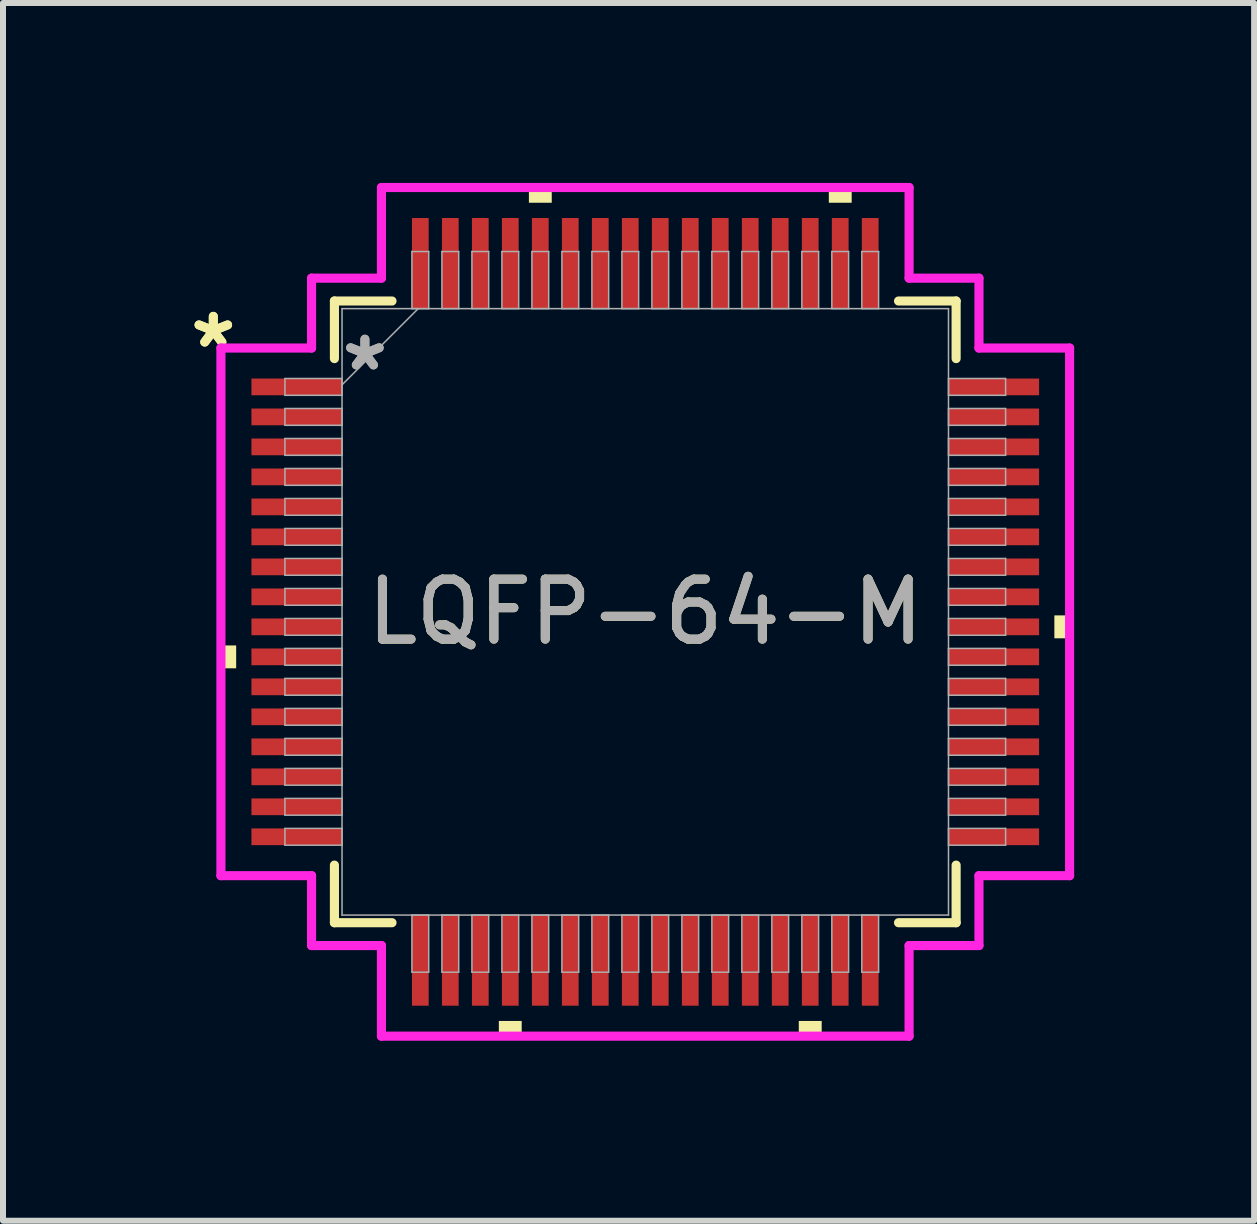
<source format=kicad_pcb>
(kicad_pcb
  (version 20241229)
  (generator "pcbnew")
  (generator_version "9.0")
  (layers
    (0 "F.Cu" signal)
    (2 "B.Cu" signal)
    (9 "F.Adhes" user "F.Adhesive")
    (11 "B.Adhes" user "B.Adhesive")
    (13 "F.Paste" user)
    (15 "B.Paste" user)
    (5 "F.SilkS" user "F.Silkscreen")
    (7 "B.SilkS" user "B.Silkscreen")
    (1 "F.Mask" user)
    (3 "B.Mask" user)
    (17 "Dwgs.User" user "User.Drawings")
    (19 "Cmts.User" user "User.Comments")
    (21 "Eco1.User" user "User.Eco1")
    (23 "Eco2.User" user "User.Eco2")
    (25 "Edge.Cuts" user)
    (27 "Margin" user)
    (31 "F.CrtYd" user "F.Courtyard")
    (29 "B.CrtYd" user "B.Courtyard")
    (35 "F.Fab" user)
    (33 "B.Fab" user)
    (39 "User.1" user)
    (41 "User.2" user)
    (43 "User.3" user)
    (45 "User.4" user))
  (footprint "LQFP-64-M"
    (layer "F.Cu")
    (at 7.707 7.15)
    (property "Reference" "LQFP-64-M" (at 0 0 0) (unlocked yes) (layer "F.SilkS") (effects (font (size 1 1) (thickness 0.15))))
    (attr smd)
    (fp_line (start -5.182 -5.182) (end -5.182 -4.222) (stroke (width 0.152) (type solid)) (layer "F.SilkS"))
    (fp_line (start -5.182 4.222) (end -5.182 5.182) (stroke (width 0.152) (type solid)) (layer "F.SilkS"))
    (fp_line (start -5.182 5.182) (end -4.222 5.182) (stroke (width 0.152) (type solid)) (layer "F.SilkS"))
    (fp_line (start -4.222 -5.182) (end -5.182 -5.182) (stroke (width 0.152) (type solid)) (layer "F.SilkS"))
    (fp_line (start 4.222 5.182) (end 5.182 5.182) (stroke (width 0.152) (type solid)) (layer "F.SilkS"))
    (fp_line (start 5.182 -5.182) (end 4.222 -5.182) (stroke (width 0.152) (type solid)) (layer "F.SilkS"))
    (fp_line (start 5.182 -4.222) (end 5.182 -5.182) (stroke (width 0.152) (type solid)) (layer "F.SilkS"))
    (fp_line (start 5.182 5.182) (end 5.182 4.222) (stroke (width 0.152) (type solid)) (layer "F.SilkS"))
    (fp_poly (pts (xy -7.074 0.56) (xy -7.074 0.941) (xy -6.82 0.941) (xy -6.82 0.56)) (stroke (width 0) (type solid)) (fill yes) (layer "F.SilkS"))
    (fp_poly (pts (xy -2.441 6.82) (xy -2.441 7.074) (xy -2.06 7.074) (xy -2.06 6.82)) (stroke (width 0) (type solid)) (fill yes) (layer "F.SilkS"))
    (fp_poly (pts (xy -1.94 -6.82) (xy -1.94 -7.074) (xy -1.559 -7.074) (xy -1.559 -6.82)) (stroke (width 0) (type solid)) (fill yes) (layer "F.SilkS"))
    (fp_poly (pts (xy 2.559 6.82) (xy 2.559 7.074) (xy 2.941 7.074) (xy 2.941 6.82)) (stroke (width 0) (type solid)) (fill yes) (layer "F.SilkS"))
    (fp_poly (pts (xy 3.06 -6.82) (xy 3.06 -7.074) (xy 3.441 -7.074) (xy 3.441 -6.82)) (stroke (width 0) (type solid)) (fill yes) (layer "F.SilkS"))
    (fp_poly (pts (xy 7.074 0.059) (xy 7.074 0.441) (xy 6.82 0.441) (xy 6.82 0.059)) (stroke (width 0) (type solid)) (fill yes) (layer "F.SilkS"))
    (fp_line (start -7.074 -4.398) (end -5.563 -4.398) (stroke (width 0.152) (type solid)) (layer "F.CrtYd"))
    (fp_line (start -7.074 4.398) (end -7.074 -4.398) (stroke (width 0.152) (type solid)) (layer "F.CrtYd"))
    (fp_line (start -5.563 -5.563) (end -4.398 -5.563) (stroke (width 0.152) (type solid)) (layer "F.CrtYd"))
    (fp_line (start -5.563 -4.398) (end -5.563 -5.563) (stroke (width 0.152) (type solid)) (layer "F.CrtYd"))
    (fp_line (start -5.563 4.398) (end -7.074 4.398) (stroke (width 0.152) (type solid)) (layer "F.CrtYd"))
    (fp_line (start -5.563 5.563) (end -5.563 4.398) (stroke (width 0.152) (type solid)) (layer "F.CrtYd"))
    (fp_line (start -5.563 5.563) (end -4.398 5.563) (stroke (width 0.152) (type solid)) (layer "F.CrtYd"))
    (fp_line (start -4.398 -7.074) (end 4.398 -7.074) (stroke (width 0.152) (type solid)) (layer "F.CrtYd"))
    (fp_line (start -4.398 -5.563) (end -4.398 -7.074) (stroke (width 0.152) (type solid)) (layer "F.CrtYd"))
    (fp_line (start -4.398 5.563) (end -4.398 7.074) (stroke (width 0.152) (type solid)) (layer "F.CrtYd"))
    (fp_line (start -4.398 7.074) (end 4.398 7.074) (stroke (width 0.152) (type solid)) (layer "F.CrtYd"))
    (fp_line (start 4.398 -7.074) (end 4.398 -5.563) (stroke (width 0.152) (type solid)) (layer "F.CrtYd"))
    (fp_line (start 4.398 -5.563) (end 5.563 -5.563) (stroke (width 0.152) (type solid)) (layer "F.CrtYd"))
    (fp_line (start 4.398 5.563) (end 5.563 5.563) (stroke (width 0.152) (type solid)) (layer "F.CrtYd"))
    (fp_line (start 4.398 7.074) (end 4.398 5.563) (stroke (width 0.152) (type solid)) (layer "F.CrtYd"))
    (fp_line (start 5.563 -4.398) (end 5.563 -5.563) (stroke (width 0.152) (type solid)) (layer "F.CrtYd"))
    (fp_line (start 5.563 4.398) (end 7.074 4.398) (stroke (width 0.152) (type solid)) (layer "F.CrtYd"))
    (fp_line (start 5.563 5.563) (end 5.563 4.398) (stroke (width 0.152) (type solid)) (layer "F.CrtYd"))
    (fp_line (start 7.074 -4.398) (end 5.563 -4.398) (stroke (width 0.152) (type solid)) (layer "F.CrtYd"))
    (fp_line (start 7.074 4.398) (end 7.074 -4.398) (stroke (width 0.152) (type solid)) (layer "F.CrtYd"))
    (fp_line (start -6.007 -3.89) (end -6.007 -3.61) (stroke (width 0.025) (type solid)) (layer "F.Fab"))
    (fp_line (start -6.007 -3.61) (end -5.055 -3.61) (stroke (width 0.025) (type solid)) (layer "F.Fab"))
    (fp_line (start -6.007 -3.39) (end -6.007 -3.11) (stroke (width 0.025) (type solid)) (layer "F.Fab"))
    (fp_line (start -6.007 -3.11) (end -5.055 -3.11) (stroke (width 0.025) (type solid)) (layer "F.Fab"))
    (fp_line (start -6.007 -2.89) (end -6.007 -2.61) (stroke (width 0.025) (type solid)) (layer "F.Fab"))
    (fp_line (start -6.007 -2.61) (end -5.055 -2.61) (stroke (width 0.025) (type solid)) (layer "F.Fab"))
    (fp_line (start -6.007 -2.39) (end -6.007 -2.11) (stroke (width 0.025) (type solid)) (layer "F.Fab"))
    (fp_line (start -6.007 -2.11) (end -5.055 -2.11) (stroke (width 0.025) (type solid)) (layer "F.Fab"))
    (fp_line (start -6.007 -1.89) (end -6.007 -1.61) (stroke (width 0.025) (type solid)) (layer "F.Fab"))
    (fp_line (start -6.007 -1.61) (end -5.055 -1.61) (stroke (width 0.025) (type solid)) (layer "F.Fab"))
    (fp_line (start -6.007 -1.39) (end -6.007 -1.11) (stroke (width 0.025) (type solid)) (layer "F.Fab"))
    (fp_line (start -6.007 -1.11) (end -5.055 -1.11) (stroke (width 0.025) (type solid)) (layer "F.Fab"))
    (fp_line (start -6.007 -0.89) (end -6.007 -0.61) (stroke (width 0.025) (type solid)) (layer "F.Fab"))
    (fp_line (start -6.007 -0.61) (end -5.055 -0.61) (stroke (width 0.025) (type solid)) (layer "F.Fab"))
    (fp_line (start -6.007 -0.39) (end -6.007 -0.11) (stroke (width 0.025) (type solid)) (layer "F.Fab"))
    (fp_line (start -6.007 -0.11) (end -5.055 -0.11) (stroke (width 0.025) (type solid)) (layer "F.Fab"))
    (fp_line (start -6.007 0.11) (end -6.007 0.39) (stroke (width 0.025) (type solid)) (layer "F.Fab"))
    (fp_line (start -6.007 0.39) (end -5.055 0.39) (stroke (width 0.025) (type solid)) (layer "F.Fab"))
    (fp_line (start -6.007 0.61) (end -6.007 0.89) (stroke (width 0.025) (type solid)) (layer "F.Fab"))
    (fp_line (start -6.007 0.89) (end -5.055 0.89) (stroke (width 0.025) (type solid)) (layer "F.Fab"))
    (fp_line (start -6.007 1.11) (end -6.007 1.39) (stroke (width 0.025) (type solid)) (layer "F.Fab"))
    (fp_line (start -6.007 1.39) (end -5.055 1.39) (stroke (width 0.025) (type solid)) (layer "F.Fab"))
    (fp_line (start -6.007 1.61) (end -6.007 1.89) (stroke (width 0.025) (type solid)) (layer "F.Fab"))
    (fp_line (start -6.007 1.89) (end -5.055 1.89) (stroke (width 0.025) (type solid)) (layer "F.Fab"))
    (fp_line (start -6.007 2.11) (end -6.007 2.39) (stroke (width 0.025) (type solid)) (layer "F.Fab"))
    (fp_line (start -6.007 2.39) (end -5.055 2.39) (stroke (width 0.025) (type solid)) (layer "F.Fab"))
    (fp_line (start -6.007 2.61) (end -6.007 2.89) (stroke (width 0.025) (type solid)) (layer "F.Fab"))
    (fp_line (start -6.007 2.89) (end -5.055 2.89) (stroke (width 0.025) (type solid)) (layer "F.Fab"))
    (fp_line (start -6.007 3.11) (end -6.007 3.39) (stroke (width 0.025) (type solid)) (layer "F.Fab"))
    (fp_line (start -6.007 3.39) (end -5.055 3.39) (stroke (width 0.025) (type solid)) (layer "F.Fab"))
    (fp_line (start -6.007 3.61) (end -6.007 3.89) (stroke (width 0.025) (type solid)) (layer "F.Fab"))
    (fp_line (start -6.007 3.89) (end -5.055 3.89) (stroke (width 0.025) (type solid)) (layer "F.Fab"))
    (fp_line (start -5.055 -5.055) (end -5.055 5.055) (stroke (width 0.025) (type solid)) (layer "F.Fab"))
    (fp_line (start -5.055 -3.89) (end -6.007 -3.89) (stroke (width 0.025) (type solid)) (layer "F.Fab"))
    (fp_line (start -5.055 -3.785) (end -3.785 -5.055) (stroke (width 0.025) (type solid)) (layer "F.Fab"))
    (fp_line (start -5.055 -3.61) (end -5.055 -3.89) (stroke (width 0.025) (type solid)) (layer "F.Fab"))
    (fp_line (start -5.055 -3.39) (end -6.007 -3.39) (stroke (width 0.025) (type solid)) (layer "F.Fab"))
    (fp_line (start -5.055 -3.11) (end -5.055 -3.39) (stroke (width 0.025) (type solid)) (layer "F.Fab"))
    (fp_line (start -5.055 -2.89) (end -6.007 -2.89) (stroke (width 0.025) (type solid)) (layer "F.Fab"))
    (fp_line (start -5.055 -2.61) (end -5.055 -2.89) (stroke (width 0.025) (type solid)) (layer "F.Fab"))
    (fp_line (start -5.055 -2.39) (end -6.007 -2.39) (stroke (width 0.025) (type solid)) (layer "F.Fab"))
    (fp_line (start -5.055 -2.11) (end -5.055 -2.39) (stroke (width 0.025) (type solid)) (layer "F.Fab"))
    (fp_line (start -5.055 -1.89) (end -6.007 -1.89) (stroke (width 0.025) (type solid)) (layer "F.Fab"))
    (fp_line (start -5.055 -1.61) (end -5.055 -1.89) (stroke (width 0.025) (type solid)) (layer "F.Fab"))
    (fp_line (start -5.055 -1.39) (end -6.007 -1.39) (stroke (width 0.025) (type solid)) (layer "F.Fab"))
    (fp_line (start -5.055 -1.11) (end -5.055 -1.39) (stroke (width 0.025) (type solid)) (layer "F.Fab"))
    (fp_line (start -5.055 -0.89) (end -6.007 -0.89) (stroke (width 0.025) (type solid)) (layer "F.Fab"))
    (fp_line (start -5.055 -0.61) (end -5.055 -0.89) (stroke (width 0.025) (type solid)) (layer "F.Fab"))
    (fp_line (start -5.055 -0.39) (end -6.007 -0.39) (stroke (width 0.025) (type solid)) (layer "F.Fab"))
    (fp_line (start -5.055 -0.11) (end -5.055 -0.39) (stroke (width 0.025) (type solid)) (layer "F.Fab"))
    (fp_line (start -5.055 0.11) (end -6.007 0.11) (stroke (width 0.025) (type solid)) (layer "F.Fab"))
    (fp_line (start -5.055 0.39) (end -5.055 0.11) (stroke (width 0.025) (type solid)) (layer "F.Fab"))
    (fp_line (start -5.055 0.61) (end -6.007 0.61) (stroke (width 0.025) (type solid)) (layer "F.Fab"))
    (fp_line (start -5.055 0.89) (end -5.055 0.61) (stroke (width 0.025) (type solid)) (layer "F.Fab"))
    (fp_line (start -5.055 1.11) (end -6.007 1.11) (stroke (width 0.025) (type solid)) (layer "F.Fab"))
    (fp_line (start -5.055 1.39) (end -5.055 1.11) (stroke (width 0.025) (type solid)) (layer "F.Fab"))
    (fp_line (start -5.055 1.61) (end -6.007 1.61) (stroke (width 0.025) (type solid)) (layer "F.Fab"))
    (fp_line (start -5.055 1.89) (end -5.055 1.61) (stroke (width 0.025) (type solid)) (layer "F.Fab"))
    (fp_line (start -5.055 2.11) (end -6.007 2.11) (stroke (width 0.025) (type solid)) (layer "F.Fab"))
    (fp_line (start -5.055 2.39) (end -5.055 2.11) (stroke (width 0.025) (type solid)) (layer "F.Fab"))
    (fp_line (start -5.055 2.61) (end -6.007 2.61) (stroke (width 0.025) (type solid)) (layer "F.Fab"))
    (fp_line (start -5.055 2.89) (end -5.055 2.61) (stroke (width 0.025) (type solid)) (layer "F.Fab"))
    (fp_line (start -5.055 3.11) (end -6.007 3.11) (stroke (width 0.025) (type solid)) (layer "F.Fab"))
    (fp_line (start -5.055 3.39) (end -5.055 3.11) (stroke (width 0.025) (type solid)) (layer "F.Fab"))
    (fp_line (start -5.055 3.61) (end -6.007 3.61) (stroke (width 0.025) (type solid)) (layer "F.Fab"))
    (fp_line (start -5.055 3.89) (end -5.055 3.61) (stroke (width 0.025) (type solid)) (layer "F.Fab"))
    (fp_line (start -5.055 5.055) (end 5.055 5.055) (stroke (width 0.025) (type solid)) (layer "F.Fab"))
    (fp_line (start -3.89 -6.007) (end -3.89 -5.055) (stroke (width 0.025) (type solid)) (layer "F.Fab"))
    (fp_line (start -3.89 -5.055) (end -3.61 -5.055) (stroke (width 0.025) (type solid)) (layer "F.Fab"))
    (fp_line (start -3.89 5.055) (end -3.89 6.007) (stroke (width 0.025) (type solid)) (layer "F.Fab"))
    (fp_line (start -3.89 6.007) (end -3.61 6.007) (stroke (width 0.025) (type solid)) (layer "F.Fab"))
    (fp_line (start -3.61 -6.007) (end -3.89 -6.007) (stroke (width 0.025) (type solid)) (layer "F.Fab"))
    (fp_line (start -3.61 -5.055) (end -3.61 -6.007) (stroke (width 0.025) (type solid)) (layer "F.Fab"))
    (fp_line (start -3.61 5.055) (end -3.89 5.055) (stroke (width 0.025) (type solid)) (layer "F.Fab"))
    (fp_line (start -3.61 6.007) (end -3.61 5.055) (stroke (width 0.025) (type solid)) (layer "F.Fab"))
    (fp_line (start -3.39 -6.007) (end -3.39 -5.055) (stroke (width 0.025) (type solid)) (layer "F.Fab"))
    (fp_line (start -3.39 -5.055) (end -3.11 -5.055) (stroke (width 0.025) (type solid)) (layer "F.Fab"))
    (fp_line (start -3.39 5.055) (end -3.39 6.007) (stroke (width 0.025) (type solid)) (layer "F.Fab"))
    (fp_line (start -3.39 6.007) (end -3.11 6.007) (stroke (width 0.025) (type solid)) (layer "F.Fab"))
    (fp_line (start -3.11 -6.007) (end -3.39 -6.007) (stroke (width 0.025) (type solid)) (layer "F.Fab"))
    (fp_line (start -3.11 -5.055) (end -3.11 -6.007) (stroke (width 0.025) (type solid)) (layer "F.Fab"))
    (fp_line (start -3.11 5.055) (end -3.39 5.055) (stroke (width 0.025) (type solid)) (layer "F.Fab"))
    (fp_line (start -3.11 6.007) (end -3.11 5.055) (stroke (width 0.025) (type solid)) (layer "F.Fab"))
    (fp_line (start -2.89 -6.007) (end -2.89 -5.055) (stroke (width 0.025) (type solid)) (layer "F.Fab"))
    (fp_line (start -2.89 -5.055) (end -2.61 -5.055) (stroke (width 0.025) (type solid)) (layer "F.Fab"))
    (fp_line (start -2.89 5.055) (end -2.89 6.007) (stroke (width 0.025) (type solid)) (layer "F.Fab"))
    (fp_line (start -2.89 6.007) (end -2.61 6.007) (stroke (width 0.025) (type solid)) (layer "F.Fab"))
    (fp_line (start -2.61 -6.007) (end -2.89 -6.007) (stroke (width 0.025) (type solid)) (layer "F.Fab"))
    (fp_line (start -2.61 -5.055) (end -2.61 -6.007) (stroke (width 0.025) (type solid)) (layer "F.Fab"))
    (fp_line (start -2.61 5.055) (end -2.89 5.055) (stroke (width 0.025) (type solid)) (layer "F.Fab"))
    (fp_line (start -2.61 6.007) (end -2.61 5.055) (stroke (width 0.025) (type solid)) (layer "F.Fab"))
    (fp_line (start -2.39 -6.007) (end -2.39 -5.055) (stroke (width 0.025) (type solid)) (layer "F.Fab"))
    (fp_line (start -2.39 -5.055) (end -2.11 -5.055) (stroke (width 0.025) (type solid)) (layer "F.Fab"))
    (fp_line (start -2.39 5.055) (end -2.39 6.007) (stroke (width 0.025) (type solid)) (layer "F.Fab"))
    (fp_line (start -2.39 6.007) (end -2.11 6.007) (stroke (width 0.025) (type solid)) (layer "F.Fab"))
    (fp_line (start -2.11 -6.007) (end -2.39 -6.007) (stroke (width 0.025) (type solid)) (layer "F.Fab"))
    (fp_line (start -2.11 -5.055) (end -2.11 -6.007) (stroke (width 0.025) (type solid)) (layer "F.Fab"))
    (fp_line (start -2.11 5.055) (end -2.39 5.055) (stroke (width 0.025) (type solid)) (layer "F.Fab"))
    (fp_line (start -2.11 6.007) (end -2.11 5.055) (stroke (width 0.025) (type solid)) (layer "F.Fab"))
    (fp_line (start -1.89 -6.007) (end -1.89 -5.055) (stroke (width 0.025) (type solid)) (layer "F.Fab"))
    (fp_line (start -1.89 -5.055) (end -1.61 -5.055) (stroke (width 0.025) (type solid)) (layer "F.Fab"))
    (fp_line (start -1.89 5.055) (end -1.89 6.007) (stroke (width 0.025) (type solid)) (layer "F.Fab"))
    (fp_line (start -1.89 6.007) (end -1.61 6.007) (stroke (width 0.025) (type solid)) (layer "F.Fab"))
    (fp_line (start -1.61 -6.007) (end -1.89 -6.007) (stroke (width 0.025) (type solid)) (layer "F.Fab"))
    (fp_line (start -1.61 -5.055) (end -1.61 -6.007) (stroke (width 0.025) (type solid)) (layer "F.Fab"))
    (fp_line (start -1.61 5.055) (end -1.89 5.055) (stroke (width 0.025) (type solid)) (layer "F.Fab"))
    (fp_line (start -1.61 6.007) (end -1.61 5.055) (stroke (width 0.025) (type solid)) (layer "F.Fab"))
    (fp_line (start -1.39 -6.007) (end -1.39 -5.055) (stroke (width 0.025) (type solid)) (layer "F.Fab"))
    (fp_line (start -1.39 -5.055) (end -1.11 -5.055) (stroke (width 0.025) (type solid)) (layer "F.Fab"))
    (fp_line (start -1.39 5.055) (end -1.39 6.007) (stroke (width 0.025) (type solid)) (layer "F.Fab"))
    (fp_line (start -1.39 6.007) (end -1.11 6.007) (stroke (width 0.025) (type solid)) (layer "F.Fab"))
    (fp_line (start -1.11 -6.007) (end -1.39 -6.007) (stroke (width 0.025) (type solid)) (layer "F.Fab"))
    (fp_line (start -1.11 -5.055) (end -1.11 -6.007) (stroke (width 0.025) (type solid)) (layer "F.Fab"))
    (fp_line (start -1.11 5.055) (end -1.39 5.055) (stroke (width 0.025) (type solid)) (layer "F.Fab"))
    (fp_line (start -1.11 6.007) (end -1.11 5.055) (stroke (width 0.025) (type solid)) (layer "F.Fab"))
    (fp_line (start -0.89 -6.007) (end -0.89 -5.055) (stroke (width 0.025) (type solid)) (layer "F.Fab"))
    (fp_line (start -0.89 -5.055) (end -0.61 -5.055) (stroke (width 0.025) (type solid)) (layer "F.Fab"))
    (fp_line (start -0.89 5.055) (end -0.89 6.007) (stroke (width 0.025) (type solid)) (layer "F.Fab"))
    (fp_line (start -0.89 6.007) (end -0.61 6.007) (stroke (width 0.025) (type solid)) (layer "F.Fab"))
    (fp_line (start -0.61 -6.007) (end -0.89 -6.007) (stroke (width 0.025) (type solid)) (layer "F.Fab"))
    (fp_line (start -0.61 -5.055) (end -0.61 -6.007) (stroke (width 0.025) (type solid)) (layer "F.Fab"))
    (fp_line (start -0.61 5.055) (end -0.89 5.055) (stroke (width 0.025) (type solid)) (layer "F.Fab"))
    (fp_line (start -0.61 6.007) (end -0.61 5.055) (stroke (width 0.025) (type solid)) (layer "F.Fab"))
    (fp_line (start -0.39 -6.007) (end -0.39 -5.055) (stroke (width 0.025) (type solid)) (layer "F.Fab"))
    (fp_line (start -0.39 -5.055) (end -0.11 -5.055) (stroke (width 0.025) (type solid)) (layer "F.Fab"))
    (fp_line (start -0.39 5.055) (end -0.39 6.007) (stroke (width 0.025) (type solid)) (layer "F.Fab"))
    (fp_line (start -0.39 6.007) (end -0.11 6.007) (stroke (width 0.025) (type solid)) (layer "F.Fab"))
    (fp_line (start -0.11 -6.007) (end -0.39 -6.007) (stroke (width 0.025) (type solid)) (layer "F.Fab"))
    (fp_line (start -0.11 -5.055) (end -0.11 -6.007) (stroke (width 0.025) (type solid)) (layer "F.Fab"))
    (fp_line (start -0.11 5.055) (end -0.39 5.055) (stroke (width 0.025) (type solid)) (layer "F.Fab"))
    (fp_line (start -0.11 6.007) (end -0.11 5.055) (stroke (width 0.025) (type solid)) (layer "F.Fab"))
    (fp_line (start 0.11 -6.007) (end 0.11 -5.055) (stroke (width 0.025) (type solid)) (layer "F.Fab"))
    (fp_line (start 0.11 -5.055) (end 0.39 -5.055) (stroke (width 0.025) (type solid)) (layer "F.Fab"))
    (fp_line (start 0.11 5.055) (end 0.11 6.007) (stroke (width 0.025) (type solid)) (layer "F.Fab"))
    (fp_line (start 0.11 6.007) (end 0.39 6.007) (stroke (width 0.025) (type solid)) (layer "F.Fab"))
    (fp_line (start 0.39 -6.007) (end 0.11 -6.007) (stroke (width 0.025) (type solid)) (layer "F.Fab"))
    (fp_line (start 0.39 -5.055) (end 0.39 -6.007) (stroke (width 0.025) (type solid)) (layer "F.Fab"))
    (fp_line (start 0.39 5.055) (end 0.11 5.055) (stroke (width 0.025) (type solid)) (layer "F.Fab"))
    (fp_line (start 0.39 6.007) (end 0.39 5.055) (stroke (width 0.025) (type solid)) (layer "F.Fab"))
    (fp_line (start 0.61 -6.007) (end 0.61 -5.055) (stroke (width 0.025) (type solid)) (layer "F.Fab"))
    (fp_line (start 0.61 -5.055) (end 0.89 -5.055) (stroke (width 0.025) (type solid)) (layer "F.Fab"))
    (fp_line (start 0.61 5.055) (end 0.61 6.007) (stroke (width 0.025) (type solid)) (layer "F.Fab"))
    (fp_line (start 0.61 6.007) (end 0.89 6.007) (stroke (width 0.025) (type solid)) (layer "F.Fab"))
    (fp_line (start 0.89 -6.007) (end 0.61 -6.007) (stroke (width 0.025) (type solid)) (layer "F.Fab"))
    (fp_line (start 0.89 -5.055) (end 0.89 -6.007) (stroke (width 0.025) (type solid)) (layer "F.Fab"))
    (fp_line (start 0.89 5.055) (end 0.61 5.055) (stroke (width 0.025) (type solid)) (layer "F.Fab"))
    (fp_line (start 0.89 6.007) (end 0.89 5.055) (stroke (width 0.025) (type solid)) (layer "F.Fab"))
    (fp_line (start 1.11 -6.007) (end 1.11 -5.055) (stroke (width 0.025) (type solid)) (layer "F.Fab"))
    (fp_line (start 1.11 -5.055) (end 1.39 -5.055) (stroke (width 0.025) (type solid)) (layer "F.Fab"))
    (fp_line (start 1.11 5.055) (end 1.11 6.007) (stroke (width 0.025) (type solid)) (layer "F.Fab"))
    (fp_line (start 1.11 6.007) (end 1.39 6.007) (stroke (width 0.025) (type solid)) (layer "F.Fab"))
    (fp_line (start 1.39 -6.007) (end 1.11 -6.007) (stroke (width 0.025) (type solid)) (layer "F.Fab"))
    (fp_line (start 1.39 -5.055) (end 1.39 -6.007) (stroke (width 0.025) (type solid)) (layer "F.Fab"))
    (fp_line (start 1.39 5.055) (end 1.11 5.055) (stroke (width 0.025) (type solid)) (layer "F.Fab"))
    (fp_line (start 1.39 6.007) (end 1.39 5.055) (stroke (width 0.025) (type solid)) (layer "F.Fab"))
    (fp_line (start 1.61 -6.007) (end 1.61 -5.055) (stroke (width 0.025) (type solid)) (layer "F.Fab"))
    (fp_line (start 1.61 -5.055) (end 1.89 -5.055) (stroke (width 0.025) (type solid)) (layer "F.Fab"))
    (fp_line (start 1.61 5.055) (end 1.61 6.007) (stroke (width 0.025) (type solid)) (layer "F.Fab"))
    (fp_line (start 1.61 6.007) (end 1.89 6.007) (stroke (width 0.025) (type solid)) (layer "F.Fab"))
    (fp_line (start 1.89 -6.007) (end 1.61 -6.007) (stroke (width 0.025) (type solid)) (layer "F.Fab"))
    (fp_line (start 1.89 -5.055) (end 1.89 -6.007) (stroke (width 0.025) (type solid)) (layer "F.Fab"))
    (fp_line (start 1.89 5.055) (end 1.61 5.055) (stroke (width 0.025) (type solid)) (layer "F.Fab"))
    (fp_line (start 1.89 6.007) (end 1.89 5.055) (stroke (width 0.025) (type solid)) (layer "F.Fab"))
    (fp_line (start 2.11 -6.007) (end 2.11 -5.055) (stroke (width 0.025) (type solid)) (layer "F.Fab"))
    (fp_line (start 2.11 -5.055) (end 2.39 -5.055) (stroke (width 0.025) (type solid)) (layer "F.Fab"))
    (fp_line (start 2.11 5.055) (end 2.11 6.007) (stroke (width 0.025) (type solid)) (layer "F.Fab"))
    (fp_line (start 2.11 6.007) (end 2.39 6.007) (stroke (width 0.025) (type solid)) (layer "F.Fab"))
    (fp_line (start 2.39 -6.007) (end 2.11 -6.007) (stroke (width 0.025) (type solid)) (layer "F.Fab"))
    (fp_line (start 2.39 -5.055) (end 2.39 -6.007) (stroke (width 0.025) (type solid)) (layer "F.Fab"))
    (fp_line (start 2.39 5.055) (end 2.11 5.055) (stroke (width 0.025) (type solid)) (layer "F.Fab"))
    (fp_line (start 2.39 6.007) (end 2.39 5.055) (stroke (width 0.025) (type solid)) (layer "F.Fab"))
    (fp_line (start 2.61 -6.007) (end 2.61 -5.055) (stroke (width 0.025) (type solid)) (layer "F.Fab"))
    (fp_line (start 2.61 -5.055) (end 2.89 -5.055) (stroke (width 0.025) (type solid)) (layer "F.Fab"))
    (fp_line (start 2.61 5.055) (end 2.61 6.007) (stroke (width 0.025) (type solid)) (layer "F.Fab"))
    (fp_line (start 2.61 6.007) (end 2.89 6.007) (stroke (width 0.025) (type solid)) (layer "F.Fab"))
    (fp_line (start 2.89 -6.007) (end 2.61 -6.007) (stroke (width 0.025) (type solid)) (layer "F.Fab"))
    (fp_line (start 2.89 -5.055) (end 2.89 -6.007) (stroke (width 0.025) (type solid)) (layer "F.Fab"))
    (fp_line (start 2.89 5.055) (end 2.61 5.055) (stroke (width 0.025) (type solid)) (layer "F.Fab"))
    (fp_line (start 2.89 6.007) (end 2.89 5.055) (stroke (width 0.025) (type solid)) (layer "F.Fab"))
    (fp_line (start 3.11 -6.007) (end 3.11 -5.055) (stroke (width 0.025) (type solid)) (layer "F.Fab"))
    (fp_line (start 3.11 -5.055) (end 3.39 -5.055) (stroke (width 0.025) (type solid)) (layer "F.Fab"))
    (fp_line (start 3.11 5.055) (end 3.11 6.007) (stroke (width 0.025) (type solid)) (layer "F.Fab"))
    (fp_line (start 3.11 6.007) (end 3.39 6.007) (stroke (width 0.025) (type solid)) (layer "F.Fab"))
    (fp_line (start 3.39 -6.007) (end 3.11 -6.007) (stroke (width 0.025) (type solid)) (layer "F.Fab"))
    (fp_line (start 3.39 -5.055) (end 3.39 -6.007) (stroke (width 0.025) (type solid)) (layer "F.Fab"))
    (fp_line (start 3.39 5.055) (end 3.11 5.055) (stroke (width 0.025) (type solid)) (layer "F.Fab"))
    (fp_line (start 3.39 6.007) (end 3.39 5.055) (stroke (width 0.025) (type solid)) (layer "F.Fab"))
    (fp_line (start 3.61 -6.007) (end 3.61 -5.055) (stroke (width 0.025) (type solid)) (layer "F.Fab"))
    (fp_line (start 3.61 -5.055) (end 3.89 -5.055) (stroke (width 0.025) (type solid)) (layer "F.Fab"))
    (fp_line (start 3.61 5.055) (end 3.61 6.007) (stroke (width 0.025) (type solid)) (layer "F.Fab"))
    (fp_line (start 3.61 6.007) (end 3.89 6.007) (stroke (width 0.025) (type solid)) (layer "F.Fab"))
    (fp_line (start 3.89 -6.007) (end 3.61 -6.007) (stroke (width 0.025) (type solid)) (layer "F.Fab"))
    (fp_line (start 3.89 -5.055) (end 3.89 -6.007) (stroke (width 0.025) (type solid)) (layer "F.Fab"))
    (fp_line (start 3.89 5.055) (end 3.61 5.055) (stroke (width 0.025) (type solid)) (layer "F.Fab"))
    (fp_line (start 3.89 6.007) (end 3.89 5.055) (stroke (width 0.025) (type solid)) (layer "F.Fab"))
    (fp_line (start 5.055 -5.055) (end -5.055 -5.055) (stroke (width 0.025) (type solid)) (layer "F.Fab"))
    (fp_line (start 5.055 -3.89) (end 5.055 -3.61) (stroke (width 0.025) (type solid)) (layer "F.Fab"))
    (fp_line (start 5.055 -3.61) (end 6.007 -3.61) (stroke (width 0.025) (type solid)) (layer "F.Fab"))
    (fp_line (start 5.055 -3.39) (end 5.055 -3.11) (stroke (width 0.025) (type solid)) (layer "F.Fab"))
    (fp_line (start 5.055 -3.11) (end 6.007 -3.11) (stroke (width 0.025) (type solid)) (layer "F.Fab"))
    (fp_line (start 5.055 -2.89) (end 5.055 -2.61) (stroke (width 0.025) (type solid)) (layer "F.Fab"))
    (fp_line (start 5.055 -2.61) (end 6.007 -2.61) (stroke (width 0.025) (type solid)) (layer "F.Fab"))
    (fp_line (start 5.055 -2.39) (end 5.055 -2.11) (stroke (width 0.025) (type solid)) (layer "F.Fab"))
    (fp_line (start 5.055 -2.11) (end 6.007 -2.11) (stroke (width 0.025) (type solid)) (layer "F.Fab"))
    (fp_line (start 5.055 -1.89) (end 5.055 -1.61) (stroke (width 0.025) (type solid)) (layer "F.Fab"))
    (fp_line (start 5.055 -1.61) (end 6.007 -1.61) (stroke (width 0.025) (type solid)) (layer "F.Fab"))
    (fp_line (start 5.055 -1.39) (end 5.055 -1.11) (stroke (width 0.025) (type solid)) (layer "F.Fab"))
    (fp_line (start 5.055 -1.11) (end 6.007 -1.11) (stroke (width 0.025) (type solid)) (layer "F.Fab"))
    (fp_line (start 5.055 -0.89) (end 5.055 -0.61) (stroke (width 0.025) (type solid)) (layer "F.Fab"))
    (fp_line (start 5.055 -0.61) (end 6.007 -0.61) (stroke (width 0.025) (type solid)) (layer "F.Fab"))
    (fp_line (start 5.055 -0.39) (end 5.055 -0.11) (stroke (width 0.025) (type solid)) (layer "F.Fab"))
    (fp_line (start 5.055 -0.11) (end 6.007 -0.11) (stroke (width 0.025) (type solid)) (layer "F.Fab"))
    (fp_line (start 5.055 0.11) (end 5.055 0.39) (stroke (width 0.025) (type solid)) (layer "F.Fab"))
    (fp_line (start 5.055 0.39) (end 6.007 0.39) (stroke (width 0.025) (type solid)) (layer "F.Fab"))
    (fp_line (start 5.055 0.61) (end 5.055 0.89) (stroke (width 0.025) (type solid)) (layer "F.Fab"))
    (fp_line (start 5.055 0.89) (end 6.007 0.89) (stroke (width 0.025) (type solid)) (layer "F.Fab"))
    (fp_line (start 5.055 1.11) (end 5.055 1.39) (stroke (width 0.025) (type solid)) (layer "F.Fab"))
    (fp_line (start 5.055 1.39) (end 6.007 1.39) (stroke (width 0.025) (type solid)) (layer "F.Fab"))
    (fp_line (start 5.055 1.61) (end 5.055 1.89) (stroke (width 0.025) (type solid)) (layer "F.Fab"))
    (fp_line (start 5.055 1.89) (end 6.007 1.89) (stroke (width 0.025) (type solid)) (layer "F.Fab"))
    (fp_line (start 5.055 2.11) (end 5.055 2.39) (stroke (width 0.025) (type solid)) (layer "F.Fab"))
    (fp_line (start 5.055 2.39) (end 6.007 2.39) (stroke (width 0.025) (type solid)) (layer "F.Fab"))
    (fp_line (start 5.055 2.61) (end 5.055 2.89) (stroke (width 0.025) (type solid)) (layer "F.Fab"))
    (fp_line (start 5.055 2.89) (end 6.007 2.89) (stroke (width 0.025) (type solid)) (layer "F.Fab"))
    (fp_line (start 5.055 3.11) (end 5.055 3.39) (stroke (width 0.025) (type solid)) (layer "F.Fab"))
    (fp_line (start 5.055 3.39) (end 6.007 3.39) (stroke (width 0.025) (type solid)) (layer "F.Fab"))
    (fp_line (start 5.055 3.61) (end 5.055 3.89) (stroke (width 0.025) (type solid)) (layer "F.Fab"))
    (fp_line (start 5.055 3.89) (end 6.007 3.89) (stroke (width 0.025) (type solid)) (layer "F.Fab"))
    (fp_line (start 5.055 5.055) (end 5.055 -5.055) (stroke (width 0.025) (type solid)) (layer "F.Fab"))
    (fp_line (start 6.007 -3.89) (end 5.055 -3.89) (stroke (width 0.025) (type solid)) (layer "F.Fab"))
    (fp_line (start 6.007 -3.61) (end 6.007 -3.89) (stroke (width 0.025) (type solid)) (layer "F.Fab"))
    (fp_line (start 6.007 -3.39) (end 5.055 -3.39) (stroke (width 0.025) (type solid)) (layer "F.Fab"))
    (fp_line (start 6.007 -3.11) (end 6.007 -3.39) (stroke (width 0.025) (type solid)) (layer "F.Fab"))
    (fp_line (start 6.007 -2.89) (end 5.055 -2.89) (stroke (width 0.025) (type solid)) (layer "F.Fab"))
    (fp_line (start 6.007 -2.61) (end 6.007 -2.89) (stroke (width 0.025) (type solid)) (layer "F.Fab"))
    (fp_line (start 6.007 -2.39) (end 5.055 -2.39) (stroke (width 0.025) (type solid)) (layer "F.Fab"))
    (fp_line (start 6.007 -2.11) (end 6.007 -2.39) (stroke (width 0.025) (type solid)) (layer "F.Fab"))
    (fp_line (start 6.007 -1.89) (end 5.055 -1.89) (stroke (width 0.025) (type solid)) (layer "F.Fab"))
    (fp_line (start 6.007 -1.61) (end 6.007 -1.89) (stroke (width 0.025) (type solid)) (layer "F.Fab"))
    (fp_line (start 6.007 -1.39) (end 5.055 -1.39) (stroke (width 0.025) (type solid)) (layer "F.Fab"))
    (fp_line (start 6.007 -1.11) (end 6.007 -1.39) (stroke (width 0.025) (type solid)) (layer "F.Fab"))
    (fp_line (start 6.007 -0.89) (end 5.055 -0.89) (stroke (width 0.025) (type solid)) (layer "F.Fab"))
    (fp_line (start 6.007 -0.61) (end 6.007 -0.89) (stroke (width 0.025) (type solid)) (layer "F.Fab"))
    (fp_line (start 6.007 -0.39) (end 5.055 -0.39) (stroke (width 0.025) (type solid)) (layer "F.Fab"))
    (fp_line (start 6.007 -0.11) (end 6.007 -0.39) (stroke (width 0.025) (type solid)) (layer "F.Fab"))
    (fp_line (start 6.007 0.11) (end 5.055 0.11) (stroke (width 0.025) (type solid)) (layer "F.Fab"))
    (fp_line (start 6.007 0.39) (end 6.007 0.11) (stroke (width 0.025) (type solid)) (layer "F.Fab"))
    (fp_line (start 6.007 0.61) (end 5.055 0.61) (stroke (width 0.025) (type solid)) (layer "F.Fab"))
    (fp_line (start 6.007 0.89) (end 6.007 0.61) (stroke (width 0.025) (type solid)) (layer "F.Fab"))
    (fp_line (start 6.007 1.11) (end 5.055 1.11) (stroke (width 0.025) (type solid)) (layer "F.Fab"))
    (fp_line (start 6.007 1.39) (end 6.007 1.11) (stroke (width 0.025) (type solid)) (layer "F.Fab"))
    (fp_line (start 6.007 1.61) (end 5.055 1.61) (stroke (width 0.025) (type solid)) (layer "F.Fab"))
    (fp_line (start 6.007 1.89) (end 6.007 1.61) (stroke (width 0.025) (type solid)) (layer "F.Fab"))
    (fp_line (start 6.007 2.11) (end 5.055 2.11) (stroke (width 0.025) (type solid)) (layer "F.Fab"))
    (fp_line (start 6.007 2.39) (end 6.007 2.11) (stroke (width 0.025) (type solid)) (layer "F.Fab"))
    (fp_line (start 6.007 2.61) (end 5.055 2.61) (stroke (width 0.025) (type solid)) (layer "F.Fab"))
    (fp_line (start 6.007 2.89) (end 6.007 2.61) (stroke (width 0.025) (type solid)) (layer "F.Fab"))
    (fp_line (start 6.007 3.11) (end 5.055 3.11) (stroke (width 0.025) (type solid)) (layer "F.Fab"))
    (fp_line (start 6.007 3.39) (end 6.007 3.11) (stroke (width 0.025) (type solid)) (layer "F.Fab"))
    (fp_line (start 6.007 3.61) (end 5.055 3.61) (stroke (width 0.025) (type solid)) (layer "F.Fab"))
    (fp_line (start 6.007 3.89) (end 6.007 3.61) (stroke (width 0.025) (type solid)) (layer "F.Fab"))
    (fp_text user "*" (at -7.201 -4.381 0) (unlocked yes) (layer "F.SilkS") (effects (font (size 1 1) (thickness 0.15))))
    (fp_text user "*" (at -7.201 -4.381 0) (layer "F.SilkS") (effects (font (size 1 1) (thickness 0.15))))
    (fp_text user "*" (at -4.674 -4 0) (unlocked yes) (layer "F.Fab") (effects (font (size 1 1) (thickness 0.15))))
    (fp_text user "${REFERENCE}" (at 0 0 0) (unlocked yes) (layer "F.Fab") (effects (font (size 1 1) (thickness 0.15))))
    (fp_text user "*" (at -4.674 -4 0) (layer "F.Fab") (effects (font (size 1 1) (thickness 0.15))))
    (pad "1" smd rect (at -5.81 -3.75 90) (size 0.279 1.511) (layers "F.Cu" "F.Mask" "F.Paste"))
    (pad "2" smd rect (at -5.81 -3.25 90) (size 0.279 1.511) (layers "F.Cu" "F.Mask" "F.Paste"))
    (pad "3" smd rect (at -5.81 -2.75 90) (size 0.279 1.511) (layers "F.Cu" "F.Mask" "F.Paste"))
    (pad "4" smd rect (at -5.81 -2.25 90) (size 0.279 1.511) (layers "F.Cu" "F.Mask" "F.Paste"))
    (pad "5" smd rect (at -5.81 -1.75 90) (size 0.279 1.511) (layers "F.Cu" "F.Mask" "F.Paste"))
    (pad "6" smd rect (at -5.81 -1.25 90) (size 0.279 1.511) (layers "F.Cu" "F.Mask" "F.Paste"))
    (pad "7" smd rect (at -5.81 -0.75 90) (size 0.279 1.511) (layers "F.Cu" "F.Mask" "F.Paste"))
    (pad "8" smd rect (at -5.81 -0.25 90) (size 0.279 1.511) (layers "F.Cu" "F.Mask" "F.Paste"))
    (pad "9" smd rect (at -5.81 0.25 90) (size 0.279 1.511) (layers "F.Cu" "F.Mask" "F.Paste"))
    (pad "10" smd rect (at -5.81 0.75 90) (size 0.279 1.511) (layers "F.Cu" "F.Mask" "F.Paste"))
    (pad "11" smd rect (at -5.81 1.25 90) (size 0.279 1.511) (layers "F.Cu" "F.Mask" "F.Paste"))
    (pad "12" smd rect (at -5.81 1.75 90) (size 0.279 1.511) (layers "F.Cu" "F.Mask" "F.Paste"))
    (pad "13" smd rect (at -5.81 2.25 90) (size 0.279 1.511) (layers "F.Cu" "F.Mask" "F.Paste"))
    (pad "14" smd rect (at -5.81 2.75 90) (size 0.279 1.511) (layers "F.Cu" "F.Mask" "F.Paste"))
    (pad "15" smd rect (at -5.81 3.25 90) (size 0.279 1.511) (layers "F.Cu" "F.Mask" "F.Paste"))
    (pad "16" smd rect (at -5.81 3.75 90) (size 0.279 1.511) (layers "F.Cu" "F.Mask" "F.Paste"))
    (pad "17" smd rect (at -3.75 5.81) (size 0.279 1.511) (layers "F.Cu" "F.Mask" "F.Paste"))
    (pad "18" smd rect (at -3.25 5.81) (size 0.279 1.511) (layers "F.Cu" "F.Mask" "F.Paste"))
    (pad "19" smd rect (at -2.75 5.81) (size 0.279 1.511) (layers "F.Cu" "F.Mask" "F.Paste"))
    (pad "20" smd rect (at -2.25 5.81) (size 0.279 1.511) (layers "F.Cu" "F.Mask" "F.Paste"))
    (pad "21" smd rect (at -1.75 5.81) (size 0.279 1.511) (layers "F.Cu" "F.Mask" "F.Paste"))
    (pad "22" smd rect (at -1.25 5.81) (size 0.279 1.511) (layers "F.Cu" "F.Mask" "F.Paste"))
    (pad "23" smd rect (at -0.75 5.81) (size 0.279 1.511) (layers "F.Cu" "F.Mask" "F.Paste"))
    (pad "24" smd rect (at -0.25 5.81) (size 0.279 1.511) (layers "F.Cu" "F.Mask" "F.Paste"))
    (pad "25" smd rect (at 0.25 5.81) (size 0.279 1.511) (layers "F.Cu" "F.Mask" "F.Paste"))
    (pad "26" smd rect (at 0.75 5.81) (size 0.279 1.511) (layers "F.Cu" "F.Mask" "F.Paste"))
    (pad "27" smd rect (at 1.25 5.81) (size 0.279 1.511) (layers "F.Cu" "F.Mask" "F.Paste"))
    (pad "28" smd rect (at 1.75 5.81) (size 0.279 1.511) (layers "F.Cu" "F.Mask" "F.Paste"))
    (pad "29" smd rect (at 2.25 5.81) (size 0.279 1.511) (layers "F.Cu" "F.Mask" "F.Paste"))
    (pad "30" smd rect (at 2.75 5.81) (size 0.279 1.511) (layers "F.Cu" "F.Mask" "F.Paste"))
    (pad "31" smd rect (at 3.25 5.81) (size 0.279 1.511) (layers "F.Cu" "F.Mask" "F.Paste"))
    (pad "32" smd rect (at 3.75 5.81) (size 0.279 1.511) (layers "F.Cu" "F.Mask" "F.Paste"))
    (pad "33" smd rect (at 5.81 3.75 90) (size 0.279 1.511) (layers "F.Cu" "F.Mask" "F.Paste"))
    (pad "34" smd rect (at 5.81 3.25 90) (size 0.279 1.511) (layers "F.Cu" "F.Mask" "F.Paste"))
    (pad "35" smd rect (at 5.81 2.75 90) (size 0.279 1.511) (layers "F.Cu" "F.Mask" "F.Paste"))
    (pad "36" smd rect (at 5.81 2.25 90) (size 0.279 1.511) (layers "F.Cu" "F.Mask" "F.Paste"))
    (pad "37" smd rect (at 5.81 1.75 90) (size 0.279 1.511) (layers "F.Cu" "F.Mask" "F.Paste"))
    (pad "38" smd rect (at 5.81 1.25 90) (size 0.279 1.511) (layers "F.Cu" "F.Mask" "F.Paste"))
    (pad "39" smd rect (at 5.81 0.75 90) (size 0.279 1.511) (layers "F.Cu" "F.Mask" "F.Paste"))
    (pad "40" smd rect (at 5.81 0.25 90) (size 0.279 1.511) (layers "F.Cu" "F.Mask" "F.Paste"))
    (pad "41" smd rect (at 5.81 -0.25 90) (size 0.279 1.511) (layers "F.Cu" "F.Mask" "F.Paste"))
    (pad "42" smd rect (at 5.81 -0.75 90) (size 0.279 1.511) (layers "F.Cu" "F.Mask" "F.Paste"))
    (pad "43" smd rect (at 5.81 -1.25 90) (size 0.279 1.511) (layers "F.Cu" "F.Mask" "F.Paste"))
    (pad "44" smd rect (at 5.81 -1.75 90) (size 0.279 1.511) (layers "F.Cu" "F.Mask" "F.Paste"))
    (pad "45" smd rect (at 5.81 -2.25 90) (size 0.279 1.511) (layers "F.Cu" "F.Mask" "F.Paste"))
    (pad "46" smd rect (at 5.81 -2.75 90) (size 0.279 1.511) (layers "F.Cu" "F.Mask" "F.Paste"))
    (pad "47" smd rect (at 5.81 -3.25 90) (size 0.279 1.511) (layers "F.Cu" "F.Mask" "F.Paste"))
    (pad "48" smd rect (at 5.81 -3.75 90) (size 0.279 1.511) (layers "F.Cu" "F.Mask" "F.Paste"))
    (pad "49" smd rect (at 3.75 -5.81) (size 0.279 1.511) (layers "F.Cu" "F.Mask" "F.Paste"))
    (pad "50" smd rect (at 3.25 -5.81) (size 0.279 1.511) (layers "F.Cu" "F.Mask" "F.Paste"))
    (pad "51" smd rect (at 2.75 -5.81) (size 0.279 1.511) (layers "F.Cu" "F.Mask" "F.Paste"))
    (pad "52" smd rect (at 2.25 -5.81) (size 0.279 1.511) (layers "F.Cu" "F.Mask" "F.Paste"))
    (pad "53" smd rect (at 1.75 -5.81) (size 0.279 1.511) (layers "F.Cu" "F.Mask" "F.Paste"))
    (pad "54" smd rect (at 1.25 -5.81) (size 0.279 1.511) (layers "F.Cu" "F.Mask" "F.Paste"))
    (pad "55" smd rect (at 0.75 -5.81) (size 0.279 1.511) (layers "F.Cu" "F.Mask" "F.Paste"))
    (pad "56" smd rect (at 0.25 -5.81) (size 0.279 1.511) (layers "F.Cu" "F.Mask" "F.Paste"))
    (pad "57" smd rect (at -0.25 -5.81) (size 0.279 1.511) (layers "F.Cu" "F.Mask" "F.Paste"))
    (pad "58" smd rect (at -0.75 -5.81) (size 0.279 1.511) (layers "F.Cu" "F.Mask" "F.Paste"))
    (pad "59" smd rect (at -1.25 -5.81) (size 0.279 1.511) (layers "F.Cu" "F.Mask" "F.Paste"))
    (pad "60" smd rect (at -1.75 -5.81) (size 0.279 1.511) (layers "F.Cu" "F.Mask" "F.Paste"))
    (pad "61" smd rect (at -2.25 -5.81) (size 0.279 1.511) (layers "F.Cu" "F.Mask" "F.Paste"))
    (pad "62" smd rect (at -2.75 -5.81) (size 0.279 1.511) (layers "F.Cu" "F.Mask" "F.Paste"))
    (pad "63" smd rect (at -3.25 -5.81) (size 0.279 1.511) (layers "F.Cu" "F.Mask" "F.Paste"))
    (pad "64" smd rect (at -3.75 -5.81) (size 0.279 1.511) (layers "F.Cu" "F.Mask" "F.Paste")))
  (gr_rect
    (start -3 -3)
    (end 17.857 17.3)
    (stroke (width 0.1) (type default))
    (fill no)
    (layer "Edge.Cuts")))
</source>
